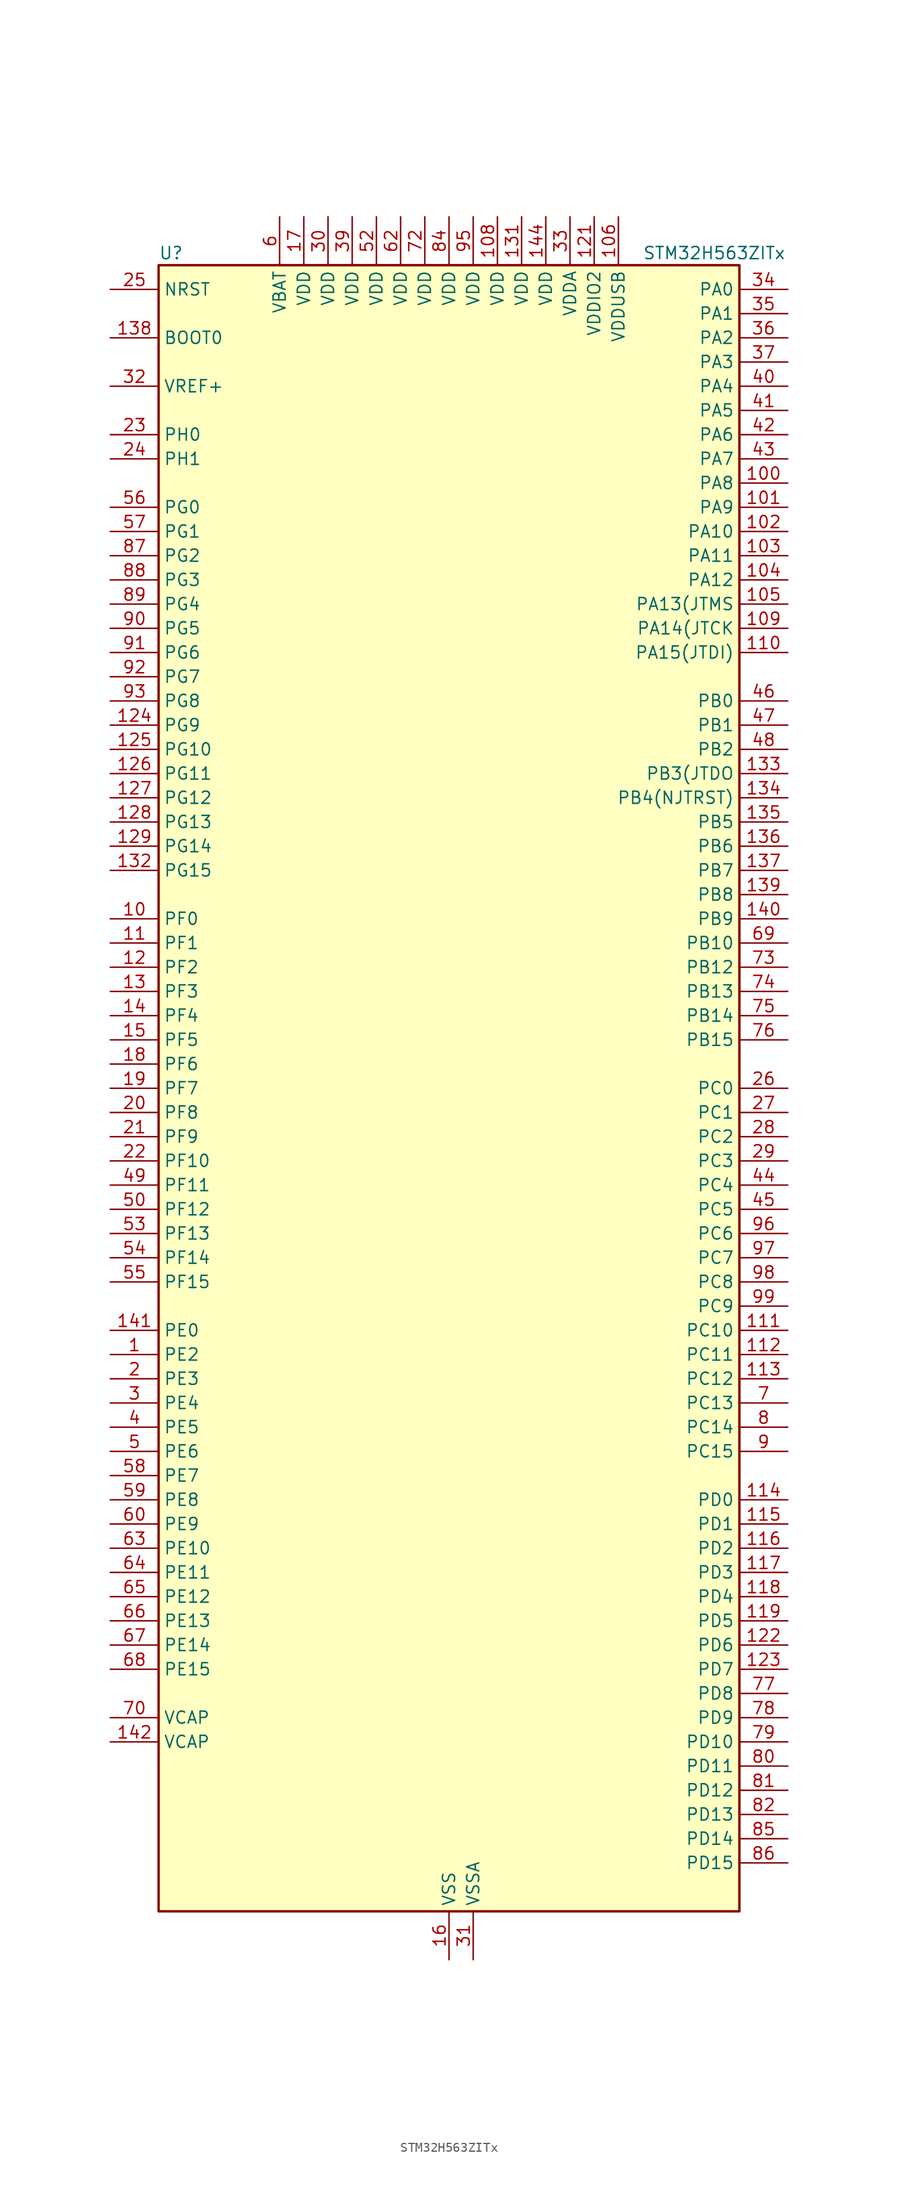
<source format=kicad_sym>
(kicad_symbol_lib
  (version 20231120)
  (generator "kicad-library-utils")
  (generator_version "8.0")
  (symbol "STM32H563ZITx"
    (property "Reference" "U"
      (at -30.48 87.63 0)
      (effects (font (size 1.27 1.27)) (justify left)))
    (property "Value" "STM32H563ZITx"
      (at 20.32 87.63 0)
      (effects (font (size 1.27 1.27)) (justify left)))
    (symbol "STM32H563ZITx_0_1"
      (rectangle (start -30.48 -86.36) (end 30.48 86.36) (stroke (width 0.254) (type default)) (fill (type background))))
    (symbol "STM32H563ZITx_1_1"
      (pin bidirectional line (at -35.56 -27.94 0) (length 5.08) (name "PE2" (effects (font (size 1.27 1.27)))) (number "1" (effects (font (size 1.27 1.27)))) (alternate "DCMI_D3" bidirectional line) (alternate "DEBUG_TRACECLK" bidirectional line) (alternate "ETH_TXD3" bidirectional line) (alternate "FMC_A23" bidirectional line) (alternate "LPTIM1_IN2" bidirectional line) (alternate "OCTOSPI1_IO2" bidirectional line) (alternate "PSSI_D3" bidirectional line) (alternate "SAI1_CK1" bidirectional line) (alternate "SAI1_MCLK_A" bidirectional line) (alternate "SPI4_SCK" bidirectional line) (alternate "UART8_TX" bidirectional line) (alternate "USART10_RX" bidirectional line))
      (pin bidirectional line (at -35.56 17.78 0) (length 5.08) (name "PF0" (effects (font (size 1.27 1.27)))) (number "10" (effects (font (size 1.27 1.27)))) (alternate "FMC_A0" bidirectional line) (alternate "I2C2_SDA" bidirectional line) (alternate "LPTIM5_CH1" bidirectional line))
      (pin bidirectional line (at 35.56 63.5 180) (length 5.08) (name "PA8" (effects (font (size 1.27 1.27)))) (number "100" (effects (font (size 1.27 1.27)))) (alternate "DCMI_D3" bidirectional line) (alternate "FMC_NOE" bidirectional line) (alternate "I2C3_SCL" bidirectional line) (alternate "PSSI_D3" bidirectional line) (alternate "RCC_MCO_1" bidirectional line) (alternate "SPI1_RDY" bidirectional line) (alternate "TIM1_CH1" bidirectional line) (alternate "TIM8_BKIN2" bidirectional line) (alternate "UART7_RX" bidirectional line) (alternate "USART1_CK" bidirectional line) (alternate "USB_SOF" bidirectional line))
      (pin bidirectional line (at 35.56 60.96 180) (length 5.08) (name "PA9" (effects (font (size 1.27 1.27)))) (number "101" (effects (font (size 1.27 1.27)))) (alternate "DAC1_EXTI9" bidirectional line) (alternate "DCMI_D0" bidirectional line) (alternate "ETH_TX_ER" bidirectional line) (alternate "FMC_NWE" bidirectional line) (alternate "I2C3_SMBA" bidirectional line) (alternate "I2S2_CK" bidirectional line) (alternate "LPUART1_TX" bidirectional line) (alternate "PSSI_D0" bidirectional line) (alternate "SPI2_SCK" bidirectional line) (alternate "TIM1_CH2" bidirectional line) (alternate "UCPD1_DB1" bidirectional line) (alternate "USART1_TX" bidirectional line))
      (pin bidirectional line (at 35.56 58.42 180) (length 5.08) (name "PA10" (effects (font (size 1.27 1.27)))) (number "102" (effects (font (size 1.27 1.27)))) (alternate "DCMI_D1" bidirectional line) (alternate "FDCAN2_TX" bidirectional line) (alternate "LPTIM2_IN2" bidirectional line) (alternate "LPUART1_RX" bidirectional line) (alternate "PSSI_D1" bidirectional line) (alternate "SDMMC1_D0" bidirectional line) (alternate "TIM1_CH3" bidirectional line) (alternate "UCPD1_FRSTX" bidirectional line) (alternate "USART1_RX" bidirectional line))
      (pin bidirectional line (at 35.56 55.88 180) (length 5.08) (name "PA11" (effects (font (size 1.27 1.27)))) (number "103" (effects (font (size 1.27 1.27)))) (alternate "ADC1_EXTI11" bidirectional line) (alternate "ADC2_EXTI11" bidirectional line) (alternate "FDCAN1_RX" bidirectional line) (alternate "I2S2_WS" bidirectional line) (alternate "LPUART1_CTS" bidirectional line) (alternate "SPI2_NSS" bidirectional line) (alternate "TIM1_CH4" bidirectional line) (alternate "UART4_RX" bidirectional line) (alternate "USART1_CTS" bidirectional line) (alternate "USART1_NSS" bidirectional line) (alternate "USB_DM" bidirectional line))
      (pin bidirectional line (at 35.56 53.34 180) (length 5.08) (name "PA12" (effects (font (size 1.27 1.27)))) (number "104" (effects (font (size 1.27 1.27)))) (alternate "FDCAN1_TX" bidirectional line) (alternate "I2S2_CK" bidirectional line) (alternate "LPUART1_RTS" bidirectional line) (alternate "SAI2_FS_B" bidirectional line) (alternate "SPI2_SCK" bidirectional line) (alternate "TIM1_ETR" bidirectional line) (alternate "UART4_TX" bidirectional line) (alternate "USART1_RTS" bidirectional line) (alternate "USB_DP" bidirectional line))
      (pin bidirectional line (at 35.56 50.8 180) (length 5.08) (name "PA13(JTMS" (effects (font (size 1.27 1.27)))) (number "105" (effects (font (size 1.27 1.27)))) (alternate "DEBUG_JTMS-SWDIO" bidirectional line))
      (pin power_in line (at 17.78 91.44 270) (length 5.08) (name "VDDUSB" (effects (font (size 1.27 1.27)))) (number "106" (effects (font (size 1.27 1.27)))))
      (pin passive line (at 0 -91.44 90) (length 5.08) hide (name "VSS" (effects (font (size 1.27 1.27)))) (number "107" (effects (font (size 1.27 1.27)))))
      (pin power_in line (at 5.08 91.44 270) (length 5.08) (name "VDD" (effects (font (size 1.27 1.27)))) (number "108" (effects (font (size 1.27 1.27)))))
      (pin bidirectional line (at 35.56 48.26 180) (length 5.08) (name "PA14(JTCK" (effects (font (size 1.27 1.27)))) (number "109" (effects (font (size 1.27 1.27)))) (alternate "DEBUG_JTCK-SWCLK" bidirectional line))
      (pin bidirectional line (at -35.56 15.24 0) (length 5.08) (name "PF1" (effects (font (size 1.27 1.27)))) (number "11" (effects (font (size 1.27 1.27)))) (alternate "FMC_A1" bidirectional line) (alternate "I2C2_SCL" bidirectional line) (alternate "LPTIM5_CH2" bidirectional line))
      (pin bidirectional line (at 35.56 45.72 180) (length 5.08) (name "PA15(JTDI)" (effects (font (size 1.27 1.27)))) (number "110" (effects (font (size 1.27 1.27)))) (alternate "ADC1_EXTI15" bidirectional line) (alternate "ADC2_EXTI15" bidirectional line) (alternate "CEC" bidirectional line) (alternate "DCMI_D11" bidirectional line) (alternate "DEBUG_JTDI" bidirectional line) (alternate "FMC_NBL1" bidirectional line) (alternate "I2S1_WS" bidirectional line) (alternate "I2S3_WS" bidirectional line) (alternate "LPTIM3_IN2" bidirectional line) (alternate "PSSI_D11" bidirectional line) (alternate "SPI1_NSS" bidirectional line) (alternate "SPI3_NSS" bidirectional line) (alternate "SPI6_NSS" bidirectional line) (alternate "TIM2_CH1" bidirectional line) (alternate "TIM2_ETR" bidirectional line) (alternate "UART4_DE" bidirectional line) (alternate "UART4_RTS" bidirectional line) (alternate "UART7_TX" bidirectional line))
      (pin bidirectional line (at 35.56 -25.4 180) (length 5.08) (name "PC10" (effects (font (size 1.27 1.27)))) (number "111" (effects (font (size 1.27 1.27)))) (alternate "DCMI_D8" bidirectional line) (alternate "ETH_TXD0" bidirectional line) (alternate "I2S3_CK" bidirectional line) (alternate "LPTIM3_ETR" bidirectional line) (alternate "OCTOSPI1_IO1" bidirectional line) (alternate "PSSI_D8" bidirectional line) (alternate "SDMMC1_D2" bidirectional line) (alternate "SPI3_SCK" bidirectional line) (alternate "UART4_TX" bidirectional line) (alternate "USART3_TX" bidirectional line))
      (pin bidirectional line (at 35.56 -27.94 180) (length 5.08) (name "PC11" (effects (font (size 1.27 1.27)))) (number "112" (effects (font (size 1.27 1.27)))) (alternate "ADC1_EXTI11" bidirectional line) (alternate "ADC2_EXTI11" bidirectional line) (alternate "DCMI_D4" bidirectional line) (alternate "I2S3_SDI" bidirectional line) (alternate "LPTIM3_IN1" bidirectional line) (alternate "OCTOSPI1_NCS" bidirectional line) (alternate "PSSI_D4" bidirectional line) (alternate "SDMMC1_D3" bidirectional line) (alternate "SPI3_MISO" bidirectional line) (alternate "UART4_RX" bidirectional line) (alternate "USART3_RX" bidirectional line))
      (pin bidirectional line (at 35.56 -30.48 180) (length 5.08) (name "PC12" (effects (font (size 1.27 1.27)))) (number "113" (effects (font (size 1.27 1.27)))) (alternate "DCMI_D9" bidirectional line) (alternate "DEBUG_TRACED3" bidirectional line) (alternate "I2S3_SDO" bidirectional line) (alternate "PSSI_D9" bidirectional line) (alternate "SDMMC1_CK" bidirectional line) (alternate "SPI3_MOSI" bidirectional line) (alternate "SPI6_SCK" bidirectional line) (alternate "TIM15_CH1" bidirectional line) (alternate "UART5_TX" bidirectional line) (alternate "USART3_CK" bidirectional line))
      (pin bidirectional line (at 35.56 -43.18 180) (length 5.08) (name "PD0" (effects (font (size 1.27 1.27)))) (number "114" (effects (font (size 1.27 1.27)))) (alternate "FDCAN1_RX" bidirectional line) (alternate "FMC_D2" bidirectional line) (alternate "FMC_DA2" bidirectional line) (alternate "TIM8_CH4N" bidirectional line) (alternate "UART4_RX" bidirectional line) (alternate "UART9_CTS" bidirectional line))
      (pin bidirectional line (at 35.56 -45.72 180) (length 5.08) (name "PD1" (effects (font (size 1.27 1.27)))) (number "115" (effects (font (size 1.27 1.27)))) (alternate "FDCAN1_TX" bidirectional line) (alternate "FMC_D3" bidirectional line) (alternate "FMC_DA3" bidirectional line) (alternate "UART4_TX" bidirectional line))
      (pin bidirectional line (at 35.56 -48.26 180) (length 5.08) (name "PD2" (effects (font (size 1.27 1.27)))) (number "116" (effects (font (size 1.27 1.27)))) (alternate "DCMI_D11" bidirectional line) (alternate "DEBUG_TRACED2" bidirectional line) (alternate "LPTIM4_ETR" bidirectional line) (alternate "PSSI_D11" bidirectional line) (alternate "PWR_WKUP7" bidirectional line) (alternate "SDMMC1_CMD" bidirectional line) (alternate "TIM15_BKIN" bidirectional line) (alternate "TIM3_ETR" bidirectional line) (alternate "UART5_RX" bidirectional line))
      (pin bidirectional line (at 35.56 -50.8 180) (length 5.08) (name "PD3" (effects (font (size 1.27 1.27)))) (number "117" (effects (font (size 1.27 1.27)))) (alternate "DCMI_D5" bidirectional line) (alternate "FMC_CLK" bidirectional line) (alternate "I2S2_CK" bidirectional line) (alternate "PSSI_D5" bidirectional line) (alternate "PWR_WKUP8" bidirectional line) (alternate "SPI2_SCK" bidirectional line) (alternate "USART2_CTS" bidirectional line) (alternate "USART2_NSS" bidirectional line))
      (pin bidirectional line (at 35.56 -53.34 180) (length 5.08) (name "PD4" (effects (font (size 1.27 1.27)))) (number "118" (effects (font (size 1.27 1.27)))) (alternate "FMC_NOE" bidirectional line) (alternate "OCTOSPI1_IO4" bidirectional line) (alternate "USART2_RTS" bidirectional line))
      (pin bidirectional line (at 35.56 -55.88 180) (length 5.08) (name "PD5" (effects (font (size 1.27 1.27)))) (number "119" (effects (font (size 1.27 1.27)))) (alternate "FDCAN1_TX" bidirectional line) (alternate "FMC_NWE" bidirectional line) (alternate "OCTOSPI1_IO5" bidirectional line) (alternate "SPI2_RDY" bidirectional line) (alternate "TIM1_CH4N" bidirectional line) (alternate "USART2_TX" bidirectional line))
      (pin bidirectional line (at -35.56 12.7 0) (length 5.08) (name "PF2" (effects (font (size 1.27 1.27)))) (number "12" (effects (font (size 1.27 1.27)))) (alternate "FMC_A2" bidirectional line) (alternate "I2C2_SMBA" bidirectional line) (alternate "LPTIM3_CH2" bidirectional line) (alternate "LPTIM3_IN2" bidirectional line) (alternate "LPTIM5_IN1" bidirectional line) (alternate "UART12_TX" bidirectional line) (alternate "USART11_CK" bidirectional line))
      (pin passive line (at 0 -91.44 90) (length 5.08) hide (name "VSS" (effects (font (size 1.27 1.27)))) (number "120" (effects (font (size 1.27 1.27)))))
      (pin power_in line (at 15.24 91.44 270) (length 5.08) (name "VDDIO2" (effects (font (size 1.27 1.27)))) (number "121" (effects (font (size 1.27 1.27)))))
      (pin bidirectional line (at 35.56 -58.42 180) (length 5.08) (name "PD6" (effects (font (size 1.27 1.27)))) (number "122" (effects (font (size 1.27 1.27)))) (alternate "DCMI_D10" bidirectional line) (alternate "FMC_NWAIT" bidirectional line) (alternate "I2S3_SDO" bidirectional line) (alternate "OCTOSPI1_IO6" bidirectional line) (alternate "PSSI_D10" bidirectional line) (alternate "SAI1_D1" bidirectional line) (alternate "SAI1_SD_A" bidirectional line) (alternate "SDMMC2_CK" bidirectional line) (alternate "SPI3_MOSI" bidirectional line) (alternate "USART2_RX" bidirectional line))
      (pin bidirectional line (at 35.56 -60.96 180) (length 5.08) (name "PD7" (effects (font (size 1.27 1.27)))) (number "123" (effects (font (size 1.27 1.27)))) (alternate "FMC_NCE" bidirectional line) (alternate "FMC_NE1" bidirectional line) (alternate "I2S1_SDO" bidirectional line) (alternate "LPTIM4_OUT" bidirectional line) (alternate "OCTOSPI1_IO7" bidirectional line) (alternate "SDMMC2_CMD" bidirectional line) (alternate "SPI1_MOSI" bidirectional line) (alternate "USART2_CK" bidirectional line))
      (pin bidirectional line (at -35.56 38.1 0) (length 5.08) (name "PG9" (effects (font (size 1.27 1.27)))) (number "124" (effects (font (size 1.27 1.27)))) (alternate "DAC1_EXTI9" bidirectional line) (alternate "DCMI_VSYNC" bidirectional line) (alternate "FMC_NCE" bidirectional line) (alternate "FMC_NE2" bidirectional line) (alternate "I2S1_SDI" bidirectional line) (alternate "OCTOSPI1_IO6" bidirectional line) (alternate "PSSI_RDY" bidirectional line) (alternate "SAI2_FS_B" bidirectional line) (alternate "SDMMC2_D0" bidirectional line) (alternate "SPI1_MISO" bidirectional line) (alternate "USART6_RX" bidirectional line))
      (pin bidirectional line (at -35.56 35.56 0) (length 5.08) (name "PG10" (effects (font (size 1.27 1.27)))) (number "125" (effects (font (size 1.27 1.27)))) (alternate "DCMI_D2" bidirectional line) (alternate "FMC_NE3" bidirectional line) (alternate "I2S1_WS" bidirectional line) (alternate "PSSI_D2" bidirectional line) (alternate "SAI2_SD_B" bidirectional line) (alternate "SDMMC2_D1" bidirectional line) (alternate "SPI1_NSS" bidirectional line))
      (pin bidirectional line (at -35.56 33.02 0) (length 5.08) (name "PG11" (effects (font (size 1.27 1.27)))) (number "126" (effects (font (size 1.27 1.27)))) (alternate "ADC1_EXTI11" bidirectional line) (alternate "ADC2_EXTI11" bidirectional line) (alternate "DCMI_D3" bidirectional line) (alternate "ETH_TX_EN" bidirectional line) (alternate "I2S1_CK" bidirectional line) (alternate "LPTIM1_IN2" bidirectional line) (alternate "PSSI_D3" bidirectional line) (alternate "SDMMC2_D2" bidirectional line) (alternate "SPI1_SCK" bidirectional line) (alternate "USART10_RX" bidirectional line) (alternate "USART11_RTS" bidirectional line))
      (pin bidirectional line (at -35.56 30.48 0) (length 5.08) (name "PG12" (effects (font (size 1.27 1.27)))) (number "127" (effects (font (size 1.27 1.27)))) (alternate "DCMI_D11" bidirectional line) (alternate "ETH_TXD1" bidirectional line) (alternate "FMC_NE4" bidirectional line) (alternate "LPTIM1_IN1" bidirectional line) (alternate "LPTIM5_CH1" bidirectional line) (alternate "PSSI_D11" bidirectional line) (alternate "PSSI_D15" bidirectional line) (alternate "SDMMC2_D3" bidirectional line) (alternate "SPI6_MISO" bidirectional line) (alternate "USART10_TX" bidirectional line) (alternate "USART6_RTS" bidirectional line))
      (pin bidirectional line (at -35.56 27.94 0) (length 5.08) (name "PG13" (effects (font (size 1.27 1.27)))) (number "128" (effects (font (size 1.27 1.27)))) (alternate "DEBUG_TRACED0" bidirectional line) (alternate "ETH_TXD0" bidirectional line) (alternate "FMC_A24" bidirectional line) (alternate "LPTIM1_CH1" bidirectional line) (alternate "LPTIM5_CH2" bidirectional line) (alternate "SDMMC2_D6" bidirectional line) (alternate "SPI6_SCK" bidirectional line) (alternate "USART10_CTS" bidirectional line) (alternate "USART10_NSS" bidirectional line) (alternate "USART6_CTS" bidirectional line) (alternate "USART6_NSS" bidirectional line))
      (pin bidirectional line (at -35.56 25.4 0) (length 5.08) (name "PG14" (effects (font (size 1.27 1.27)))) (number "129" (effects (font (size 1.27 1.27)))) (alternate "DEBUG_TRACED1" bidirectional line) (alternate "ETH_TXD1" bidirectional line) (alternate "FMC_A25" bidirectional line) (alternate "LPTIM1_CH2" bidirectional line) (alternate "LPTIM1_ETR" bidirectional line) (alternate "LPTIM5_IN1" bidirectional line) (alternate "OCTOSPI1_IO7" bidirectional line) (alternate "SDMMC2_D7" bidirectional line) (alternate "SPI6_MOSI" bidirectional line) (alternate "USART10_RTS" bidirectional line) (alternate "USART6_TX" bidirectional line))
      (pin bidirectional line (at -35.56 10.16 0) (length 5.08) (name "PF3" (effects (font (size 1.27 1.27)))) (number "13" (effects (font (size 1.27 1.27)))) (alternate "FMC_A3" bidirectional line) (alternate "LPTIM3_IN1" bidirectional line) (alternate "LPTIM5_IN2" bidirectional line) (alternate "USART11_TX" bidirectional line))
      (pin passive line (at 0 -91.44 90) (length 5.08) hide (name "VSS" (effects (font (size 1.27 1.27)))) (number "130" (effects (font (size 1.27 1.27)))))
      (pin power_in line (at 7.62 91.44 270) (length 5.08) (name "VDD" (effects (font (size 1.27 1.27)))) (number "131" (effects (font (size 1.27 1.27)))))
      (pin bidirectional line (at -35.56 22.86 0) (length 5.08) (name "PG15" (effects (font (size 1.27 1.27)))) (number "132" (effects (font (size 1.27 1.27)))) (alternate "ADC1_EXTI15" bidirectional line) (alternate "ADC2_EXTI15" bidirectional line) (alternate "DCMI_D13" bidirectional line) (alternate "FMC_SDNCAS" bidirectional line) (alternate "PSSI_D13" bidirectional line) (alternate "SPI4_RDY" bidirectional line) (alternate "USART10_CK" bidirectional line) (alternate "USART6_CTS" bidirectional line) (alternate "USART6_NSS" bidirectional line))
      (pin bidirectional line (at 35.56 33.02 180) (length 5.08) (name "PB3(JTDO" (effects (font (size 1.27 1.27)))) (number "133" (effects (font (size 1.27 1.27)))) (alternate "CRS_SYNC" bidirectional line) (alternate "DEBUG_JTDO-SWO" bidirectional line) (alternate "I2C2_SDA" bidirectional line) (alternate "I2S1_CK" bidirectional line) (alternate "I2S3_CK" bidirectional line) (alternate "LPTIM6_ETR" bidirectional line) (alternate "SDMMC2_D2" bidirectional line) (alternate "SPI1_SCK" bidirectional line) (alternate "SPI3_SCK" bidirectional line) (alternate "SPI6_SCK" bidirectional line) (alternate "TIM2_CH2" bidirectional line) (alternate "UART12_CTS" bidirectional line) (alternate "UART7_RX" bidirectional line))
      (pin bidirectional line (at 35.56 30.48 180) (length 5.08) (name "PB4(NJTRST)" (effects (font (size 1.27 1.27)))) (number "134" (effects (font (size 1.27 1.27)))) (alternate "DCMI_D7" bidirectional line) (alternate "DEBUG_JTRST" bidirectional line) (alternate "I2S1_SDI" bidirectional line) (alternate "I2S2_WS" bidirectional line) (alternate "I2S3_SDI" bidirectional line) (alternate "LPTIM1_CH2" bidirectional line) (alternate "OCTOSPI1_CLK" bidirectional line) (alternate "PSSI_D7" bidirectional line) (alternate "SDMMC2_D3" bidirectional line) (alternate "SPI1_MISO" bidirectional line) (alternate "SPI2_NSS" bidirectional line) (alternate "SPI3_MISO" bidirectional line) (alternate "SPI6_MISO" bidirectional line) (alternate "TIM16_BKIN" bidirectional line) (alternate "TIM3_CH1" bidirectional line) (alternate "UART7_TX" bidirectional line))
      (pin bidirectional line (at 35.56 27.94 180) (length 5.08) (name "PB5" (effects (font (size 1.27 1.27)))) (number "135" (effects (font (size 1.27 1.27)))) (alternate "DCMI_D10" bidirectional line) (alternate "ETH_PPS_OUT" bidirectional line) (alternate "FDCAN2_RX" bidirectional line) (alternate "FMC_SDCKE1" bidirectional line) (alternate "I2C1_SMBA" bidirectional line) (alternate "I2C4_SMBA" bidirectional line) (alternate "I2S1_SDO" bidirectional line) (alternate "I2S3_SDO" bidirectional line) (alternate "OCTOSPI1_NCLK" bidirectional line) (alternate "PSSI_D10" bidirectional line) (alternate "SPI1_MOSI" bidirectional line) (alternate "SPI3_MOSI" bidirectional line) (alternate "SPI6_MOSI" bidirectional line) (alternate "TIM17_BKIN" bidirectional line) (alternate "TIM3_CH2" bidirectional line) (alternate "UART5_RX" bidirectional line))
      (pin bidirectional line (at 35.56 25.4 180) (length 5.08) (name "PB6" (effects (font (size 1.27 1.27)))) (number "136" (effects (font (size 1.27 1.27)))) (alternate "CEC" bidirectional line) (alternate "DCMI_D5" bidirectional line) (alternate "FDCAN2_TX" bidirectional line) (alternate "FMC_SDNE1" bidirectional line) (alternate "I2C1_SCL" bidirectional line) (alternate "I2C4_SCL" bidirectional line) (alternate "I3C1_SCL" bidirectional line) (alternate "LPUART1_TX" bidirectional line) (alternate "OCTOSPI1_NCS" bidirectional line) (alternate "PSSI_D5" bidirectional line) (alternate "TIM16_CH1N" bidirectional line) (alternate "TIM4_CH1" bidirectional line) (alternate "UART5_TX" bidirectional line) (alternate "USART1_TX" bidirectional line))
      (pin bidirectional line (at 35.56 22.86 180) (length 5.08) (name "PB7" (effects (font (size 1.27 1.27)))) (number "137" (effects (font (size 1.27 1.27)))) (alternate "DCMI_VSYNC" bidirectional line) (alternate "FDCAN1_TX" bidirectional line) (alternate "FMC_NL" bidirectional line) (alternate "I2C1_SDA" bidirectional line) (alternate "I2C4_SDA" bidirectional line) (alternate "I3C1_SDA" bidirectional line) (alternate "LPUART1_RX" bidirectional line) (alternate "PSSI_RDY" bidirectional line) (alternate "PWR_WKUP5" bidirectional line) (alternate "SDMMC2_CKIN" bidirectional line) (alternate "SDMMC2_D5" bidirectional line) (alternate "TIM17_CH1N" bidirectional line) (alternate "TIM4_CH2" bidirectional line) (alternate "USART1_RX" bidirectional line))
      (pin input line (at -35.56 78.74 0) (length 5.08) (name "BOOT0" (effects (font (size 1.27 1.27)))) (number "138" (effects (font (size 1.27 1.27)))))
      (pin bidirectional line (at 35.56 20.32 180) (length 5.08) (name "PB8" (effects (font (size 1.27 1.27)))) (number "139" (effects (font (size 1.27 1.27)))) (alternate "DCMI_D6" bidirectional line) (alternate "ETH_TXD3" bidirectional line) (alternate "FDCAN1_RX" bidirectional line) (alternate "I2C1_SCL" bidirectional line) (alternate "I2C4_SCL" bidirectional line) (alternate "I3C1_SCL" bidirectional line) (alternate "PSSI_D6" bidirectional line) (alternate "SDMMC1_CKIN" bidirectional line) (alternate "SDMMC1_D4" bidirectional line) (alternate "SDMMC2_D4" bidirectional line) (alternate "SPI4_RDY" bidirectional line) (alternate "TIM16_CH1" bidirectional line) (alternate "TIM4_CH3" bidirectional line) (alternate "UART4_RX" bidirectional line))
      (pin bidirectional line (at -35.56 7.62 0) (length 5.08) (name "PF4" (effects (font (size 1.27 1.27)))) (number "14" (effects (font (size 1.27 1.27)))) (alternate "FMC_A4" bidirectional line) (alternate "LPTIM3_ETR" bidirectional line) (alternate "USART11_RX" bidirectional line))
      (pin bidirectional line (at 35.56 17.78 180) (length 5.08) (name "PB9" (effects (font (size 1.27 1.27)))) (number "140" (effects (font (size 1.27 1.27)))) (alternate "DAC1_EXTI9" bidirectional line) (alternate "DCMI_D7" bidirectional line) (alternate "FDCAN1_TX" bidirectional line) (alternate "I2C1_SDA" bidirectional line) (alternate "I2C4_SDA" bidirectional line) (alternate "I2S2_WS" bidirectional line) (alternate "I3C1_SDA" bidirectional line) (alternate "PSSI_D7" bidirectional line) (alternate "SDMMC1_CDIR" bidirectional line) (alternate "SDMMC1_D5" bidirectional line) (alternate "SDMMC2_CKIN" bidirectional line) (alternate "SDMMC2_D5" bidirectional line) (alternate "SPI2_NSS" bidirectional line) (alternate "TIM17_CH1" bidirectional line) (alternate "TIM4_CH4" bidirectional line) (alternate "UART4_TX" bidirectional line))
      (pin bidirectional line (at -35.56 -25.4 0) (length 5.08) (name "PE0" (effects (font (size 1.27 1.27)))) (number "141" (effects (font (size 1.27 1.27)))) (alternate "DCMI_D2" bidirectional line) (alternate "FDCAN1_RX" bidirectional line) (alternate "FMC_NBL0" bidirectional line) (alternate "LPTIM1_ETR" bidirectional line) (alternate "LPTIM2_CH2" bidirectional line) (alternate "LPTIM2_ETR" bidirectional line) (alternate "PSSI_D2" bidirectional line) (alternate "SAI2_MCLK_A" bidirectional line) (alternate "SPI3_RDY" bidirectional line) (alternate "TIM4_ETR" bidirectional line) (alternate "UART8_RX" bidirectional line))
      (pin power_out line (at -35.56 -68.58 0) (length 5.08) (name "VCAP" (effects (font (size 1.27 1.27)))) (number "142" (effects (font (size 1.27 1.27)))))
      (pin passive line (at 0 -91.44 90) (length 5.08) hide (name "VSS" (effects (font (size 1.27 1.27)))) (number "143" (effects (font (size 1.27 1.27)))))
      (pin power_in line (at 10.16 91.44 270) (length 5.08) (name "VDD" (effects (font (size 1.27 1.27)))) (number "144" (effects (font (size 1.27 1.27)))))
      (pin bidirectional line (at -35.56 5.08 0) (length 5.08) (name "PF5" (effects (font (size 1.27 1.27)))) (number "15" (effects (font (size 1.27 1.27)))) (alternate "FMC_A5" bidirectional line) (alternate "I2C4_SCL" bidirectional line) (alternate "I3C1_SCL" bidirectional line) (alternate "LPTIM3_CH1" bidirectional line) (alternate "LPTIM3_IN1" bidirectional line) (alternate "UART12_RX" bidirectional line) (alternate "USART11_CTS" bidirectional line) (alternate "USART11_NSS" bidirectional line))
      (pin power_in line (at 0 -91.44 90) (length 5.08) (name "VSS" (effects (font (size 1.27 1.27)))) (number "16" (effects (font (size 1.27 1.27)))))
      (pin power_in line (at -15.24 91.44 270) (length 5.08) (name "VDD" (effects (font (size 1.27 1.27)))) (number "17" (effects (font (size 1.27 1.27)))))
      (pin bidirectional line (at -35.56 2.54 0) (length 5.08) (name "PF6" (effects (font (size 1.27 1.27)))) (number "18" (effects (font (size 1.27 1.27)))) (alternate "LPTIM5_CH1" bidirectional line) (alternate "OCTOSPI1_IO3" bidirectional line) (alternate "SAI1_SD_B" bidirectional line) (alternate "SPI5_NSS" bidirectional line) (alternate "TIM16_CH1" bidirectional line) (alternate "UART7_RX" bidirectional line))
      (pin bidirectional line (at -35.56 0 0) (length 5.08) (name "PF7" (effects (font (size 1.27 1.27)))) (number "19" (effects (font (size 1.27 1.27)))) (alternate "LPTIM5_CH2" bidirectional line) (alternate "OCTOSPI1_IO2" bidirectional line) (alternate "SAI1_MCLK_B" bidirectional line) (alternate "SPI5_SCK" bidirectional line) (alternate "TIM17_CH1" bidirectional line) (alternate "UART7_TX" bidirectional line))
      (pin bidirectional line (at -35.56 -30.48 0) (length 5.08) (name "PE3" (effects (font (size 1.27 1.27)))) (number "2" (effects (font (size 1.27 1.27)))) (alternate "DEBUG_TRACED0" bidirectional line) (alternate "FMC_A19" bidirectional line) (alternate "SAI1_SD_B" bidirectional line) (alternate "TAMP_IN6" bidirectional line) (alternate "TAMP_OUT3" bidirectional line) (alternate "TIM15_BKIN" bidirectional line) (alternate "USART10_TX" bidirectional line))
      (pin bidirectional line (at -35.56 -2.54 0) (length 5.08) (name "PF8" (effects (font (size 1.27 1.27)))) (number "20" (effects (font (size 1.27 1.27)))) (alternate "LPTIM5_IN1" bidirectional line) (alternate "OCTOSPI1_IO0" bidirectional line) (alternate "SAI1_SCK_B" bidirectional line) (alternate "SPI5_MISO" bidirectional line) (alternate "TIM13_CH1" bidirectional line) (alternate "TIM16_CH1N" bidirectional line) (alternate "UART7_RTS" bidirectional line))
      (pin bidirectional line (at -35.56 -5.08 0) (length 5.08) (name "PF9" (effects (font (size 1.27 1.27)))) (number "21" (effects (font (size 1.27 1.27)))) (alternate "DAC1_EXTI9" bidirectional line) (alternate "LPTIM5_IN2" bidirectional line) (alternate "OCTOSPI1_IO1" bidirectional line) (alternate "SAI1_FS_B" bidirectional line) (alternate "SPI5_MOSI" bidirectional line) (alternate "TIM14_CH1" bidirectional line) (alternate "TIM17_CH1N" bidirectional line) (alternate "UART7_CTS" bidirectional line))
      (pin bidirectional line (at -35.56 -7.62 0) (length 5.08) (name "PF10" (effects (font (size 1.27 1.27)))) (number "22" (effects (font (size 1.27 1.27)))) (alternate "DCMI_D11" bidirectional line) (alternate "OCTOSPI1_CLK" bidirectional line) (alternate "PSSI_D11" bidirectional line) (alternate "PSSI_D15" bidirectional line) (alternate "SAI1_D3" bidirectional line) (alternate "TIM16_BKIN" bidirectional line))
      (pin bidirectional line (at -35.56 68.58 0) (length 5.08) (name "PH0" (effects (font (size 1.27 1.27)))) (number "23" (effects (font (size 1.27 1.27)))) (alternate "RCC_OSC_IN" bidirectional line))
      (pin bidirectional line (at -35.56 66.04 0) (length 5.08) (name "PH1" (effects (font (size 1.27 1.27)))) (number "24" (effects (font (size 1.27 1.27)))) (alternate "RCC_OSC_OUT" bidirectional line))
      (pin input line (at -35.56 83.82 0) (length 5.08) (name "NRST" (effects (font (size 1.27 1.27)))) (number "25" (effects (font (size 1.27 1.27)))))
      (pin bidirectional line (at 35.56 0 180) (length 5.08) (name "PC0" (effects (font (size 1.27 1.27)))) (number "26" (effects (font (size 1.27 1.27)))) (alternate "ADC1_INP10" bidirectional line) (alternate "ADC2_INP10" bidirectional line) (alternate "FMC_A25" bidirectional line) (alternate "FMC_SDNWE" bidirectional line) (alternate "OCTOSPI1_IO7" bidirectional line) (alternate "SAI1_MCLK_A" bidirectional line) (alternate "SAI2_FS_B" bidirectional line) (alternate "SPI2_RDY" bidirectional line) (alternate "TIM16_BKIN" bidirectional line))
      (pin bidirectional line (at 35.56 -2.54 180) (length 5.08) (name "PC1" (effects (font (size 1.27 1.27)))) (number "27" (effects (font (size 1.27 1.27)))) (alternate "ADC1_INN10" bidirectional line) (alternate "ADC1_INP11" bidirectional line) (alternate "ADC2_INN10" bidirectional line) (alternate "ADC2_INP11" bidirectional line) (alternate "DEBUG_TRACED0" bidirectional line) (alternate "ETH_MDC" bidirectional line) (alternate "I2S2_SDO" bidirectional line) (alternate "OCTOSPI1_IO4" bidirectional line) (alternate "PWR_WKUP6" bidirectional line) (alternate "SAI1_D1" bidirectional line) (alternate "SAI1_SD_A" bidirectional line) (alternate "SAI2_SD_A" bidirectional line) (alternate "SDMMC2_CK" bidirectional line) (alternate "SPI2_MOSI" bidirectional line) (alternate "TAMP_IN3" bidirectional line) (alternate "TAMP_OUT5" bidirectional line) (alternate "USART11_RTS" bidirectional line))
      (pin bidirectional line (at 35.56 -5.08 180) (length 5.08) (name "PC2" (effects (font (size 1.27 1.27)))) (number "28" (effects (font (size 1.27 1.27)))) (alternate "ADC1_INN11" bidirectional line) (alternate "ADC1_INP12" bidirectional line) (alternate "ADC2_INN11" bidirectional line) (alternate "ADC2_INP12" bidirectional line) (alternate "ETH_TXD2" bidirectional line) (alternate "FMC_SDNE0" bidirectional line) (alternate "I2S2_SDI" bidirectional line) (alternate "OCTOSPI1_IO2" bidirectional line) (alternate "OCTOSPI1_IO5" bidirectional line) (alternate "PWR_CSLEEP" bidirectional line) (alternate "SPI2_MISO" bidirectional line) (alternate "TIM17_CH1" bidirectional line) (alternate "TIM4_CH4" bidirectional line))
      (pin bidirectional line (at 35.56 -7.62 180) (length 5.08) (name "PC3" (effects (font (size 1.27 1.27)))) (number "29" (effects (font (size 1.27 1.27)))) (alternate "ADC1_INN12" bidirectional line) (alternate "ADC1_INP13" bidirectional line) (alternate "ADC2_INN12" bidirectional line) (alternate "ADC2_INP13" bidirectional line) (alternate "ETH_TX_CLK" bidirectional line) (alternate "FMC_SDCKE0" bidirectional line) (alternate "I2S2_SDO" bidirectional line) (alternate "LPTIM3_CH1" bidirectional line) (alternate "OCTOSPI1_IO0" bidirectional line) (alternate "OCTOSPI1_IO6" bidirectional line) (alternate "PWR_CSTOP" bidirectional line) (alternate "SAI1_D3" bidirectional line) (alternate "SPI2_MOSI" bidirectional line))
      (pin bidirectional line (at -35.56 -33.02 0) (length 5.08) (name "PE4" (effects (font (size 1.27 1.27)))) (number "3" (effects (font (size 1.27 1.27)))) (alternate "DCMI_D4" bidirectional line) (alternate "DEBUG_TRACED1" bidirectional line) (alternate "FMC_A20" bidirectional line) (alternate "PSSI_D4" bidirectional line) (alternate "SAI1_D2" bidirectional line) (alternate "SAI1_FS_A" bidirectional line) (alternate "SPI4_NSS" bidirectional line) (alternate "TAMP_IN7" bidirectional line) (alternate "TAMP_OUT8" bidirectional line) (alternate "TIM15_CH1N" bidirectional line))
      (pin power_in line (at -12.7 91.44 270) (length 5.08) (name "VDD" (effects (font (size 1.27 1.27)))) (number "30" (effects (font (size 1.27 1.27)))))
      (pin power_in line (at 2.54 -91.44 90) (length 5.08) (name "VSSA" (effects (font (size 1.27 1.27)))) (number "31" (effects (font (size 1.27 1.27)))))
      (pin input line (at -35.56 73.66 0) (length 5.08) (name "VREF+" (effects (font (size 1.27 1.27)))) (number "32" (effects (font (size 1.27 1.27)))))
      (pin power_in line (at 12.7 91.44 270) (length 5.08) (name "VDDA" (effects (font (size 1.27 1.27)))) (number "33" (effects (font (size 1.27 1.27)))))
      (pin bidirectional line (at 35.56 83.82 180) (length 5.08) (name "PA0" (effects (font (size 1.27 1.27)))) (number "34" (effects (font (size 1.27 1.27)))) (alternate "ADC1_INN1" bidirectional line) (alternate "ADC1_INP0" bidirectional line) (alternate "ADC2_INN1" bidirectional line) (alternate "ADC2_INP0" bidirectional line) (alternate "ETH_CRS" bidirectional line) (alternate "PWR_WKUP1" bidirectional line) (alternate "SAI2_SD_B" bidirectional line) (alternate "SDMMC2_CMD" bidirectional line) (alternate "SPI3_RDY" bidirectional line) (alternate "SPI6_NSS" bidirectional line) (alternate "TAMP_IN2" bidirectional line) (alternate "TAMP_OUT1" bidirectional line) (alternate "TIM15_BKIN" bidirectional line) (alternate "TIM2_CH1" bidirectional line) (alternate "TIM2_ETR" bidirectional line) (alternate "TIM5_CH1" bidirectional line) (alternate "TIM8_ETR" bidirectional line) (alternate "UART4_TX" bidirectional line) (alternate "USART2_CTS" bidirectional line) (alternate "USART2_NSS" bidirectional line))
      (pin bidirectional line (at 35.56 81.28 180) (length 5.08) (name "PA1" (effects (font (size 1.27 1.27)))) (number "35" (effects (font (size 1.27 1.27)))) (alternate "ADC1_INP1" bidirectional line) (alternate "ADC2_INP1" bidirectional line) (alternate "ETH_REF_CLK" bidirectional line) (alternate "ETH_RX_CLK" bidirectional line) (alternate "LPTIM1_IN1" bidirectional line) (alternate "OCTOSPI1_DQS" bidirectional line) (alternate "OCTOSPI1_IO3" bidirectional line) (alternate "SAI2_MCLK_B" bidirectional line) (alternate "TAMP_IN5" bidirectional line) (alternate "TAMP_OUT4" bidirectional line) (alternate "TIM15_CH1N" bidirectional line) (alternate "TIM2_CH2" bidirectional line) (alternate "TIM5_CH2" bidirectional line) (alternate "UART4_RX" bidirectional line) (alternate "USART2_RTS" bidirectional line))
      (pin bidirectional line (at 35.56 78.74 180) (length 5.08) (name "PA2" (effects (font (size 1.27 1.27)))) (number "36" (effects (font (size 1.27 1.27)))) (alternate "ADC1_INP14" bidirectional line) (alternate "ADC2_INP14" bidirectional line) (alternate "ETH_MDIO" bidirectional line) (alternate "LPTIM1_IN2" bidirectional line) (alternate "PWR_WKUP2" bidirectional line) (alternate "SAI2_SCK_B" bidirectional line) (alternate "TAMP_IN4" bidirectional line) (alternate "TAMP_OUT3" bidirectional line) (alternate "TIM15_CH1" bidirectional line) (alternate "TIM2_CH3" bidirectional line) (alternate "TIM5_CH3" bidirectional line) (alternate "USART2_TX" bidirectional line))
      (pin bidirectional line (at 35.56 76.2 180) (length 5.08) (name "PA3" (effects (font (size 1.27 1.27)))) (number "37" (effects (font (size 1.27 1.27)))) (alternate "ADC1_INP15" bidirectional line) (alternate "ADC2_INP15" bidirectional line) (alternate "ETH_COL" bidirectional line) (alternate "I2S2_WS" bidirectional line) (alternate "OCTOSPI1_CLK" bidirectional line) (alternate "SAI1_SD_B" bidirectional line) (alternate "SPI2_NSS" bidirectional line) (alternate "TIM15_CH2" bidirectional line) (alternate "TIM2_CH4" bidirectional line) (alternate "TIM5_CH4" bidirectional line) (alternate "USART2_RX" bidirectional line))
      (pin passive line (at 0 -91.44 90) (length 5.08) hide (name "VSS" (effects (font (size 1.27 1.27)))) (number "38" (effects (font (size 1.27 1.27)))))
      (pin power_in line (at -10.16 91.44 270) (length 5.08) (name "VDD" (effects (font (size 1.27 1.27)))) (number "39" (effects (font (size 1.27 1.27)))))
      (pin bidirectional line (at -35.56 -35.56 0) (length 5.08) (name "PE5" (effects (font (size 1.27 1.27)))) (number "4" (effects (font (size 1.27 1.27)))) (alternate "DCMI_D6" bidirectional line) (alternate "DEBUG_TRACED2" bidirectional line) (alternate "FMC_A21" bidirectional line) (alternate "PSSI_D6" bidirectional line) (alternate "SAI1_CK2" bidirectional line) (alternate "SAI1_SCK_A" bidirectional line) (alternate "SPI4_MISO" bidirectional line) (alternate "TAMP_IN8" bidirectional line) (alternate "TAMP_OUT7" bidirectional line) (alternate "TIM15_CH1" bidirectional line))
      (pin bidirectional line (at 35.56 73.66 180) (length 5.08) (name "PA4" (effects (font (size 1.27 1.27)))) (number "40" (effects (font (size 1.27 1.27)))) (alternate "ADC1_INP18" bidirectional line) (alternate "ADC2_INP18" bidirectional line) (alternate "DAC1_OUT1" bidirectional line) (alternate "DCMI_HSYNC" bidirectional line) (alternate "I2S1_WS" bidirectional line) (alternate "I2S3_WS" bidirectional line) (alternate "LPTIM2_CH1" bidirectional line) (alternate "PSSI_DE" bidirectional line) (alternate "SPI1_NSS" bidirectional line) (alternate "SPI3_NSS" bidirectional line) (alternate "SPI6_NSS" bidirectional line) (alternate "TIM5_ETR" bidirectional line) (alternate "USART2_CK" bidirectional line))
      (pin bidirectional line (at 35.56 71.12 180) (length 5.08) (name "PA5" (effects (font (size 1.27 1.27)))) (number "41" (effects (font (size 1.27 1.27)))) (alternate "ADC1_INN18" bidirectional line) (alternate "ADC1_INP19" bidirectional line) (alternate "ADC2_INN18" bidirectional line) (alternate "ADC2_INP19" bidirectional line) (alternate "DAC1_OUT2" bidirectional line) (alternate "ETH_TX_EN" bidirectional line) (alternate "I2S1_CK" bidirectional line) (alternate "PSSI_D14" bidirectional line) (alternate "SPI1_SCK" bidirectional line) (alternate "SPI6_SCK" bidirectional line) (alternate "TIM2_CH1" bidirectional line) (alternate "TIM2_ETR" bidirectional line) (alternate "TIM8_CH1N" bidirectional line))
      (pin bidirectional line (at 35.56 68.58 180) (length 5.08) (name "PA6" (effects (font (size 1.27 1.27)))) (number "42" (effects (font (size 1.27 1.27)))) (alternate "ADC1_INP3" bidirectional line) (alternate "ADC2_INP3" bidirectional line) (alternate "DCMI_PIXCLK" bidirectional line) (alternate "I2S1_SDI" bidirectional line) (alternate "OCTOSPI1_IO3" bidirectional line) (alternate "PSSI_PDCK" bidirectional line) (alternate "SPI1_MISO" bidirectional line) (alternate "SPI6_MISO" bidirectional line) (alternate "TIM13_CH1" bidirectional line) (alternate "TIM1_BKIN" bidirectional line) (alternate "TIM3_CH1" bidirectional line) (alternate "TIM8_BKIN" bidirectional line) (alternate "USART11_TX" bidirectional line))
      (pin bidirectional line (at 35.56 66.04 180) (length 5.08) (name "PA7" (effects (font (size 1.27 1.27)))) (number "43" (effects (font (size 1.27 1.27)))) (alternate "ADC1_INN3" bidirectional line) (alternate "ADC1_INP7" bidirectional line) (alternate "ADC2_INN3" bidirectional line) (alternate "ADC2_INP7" bidirectional line) (alternate "ETH_CRS_DV" bidirectional line) (alternate "ETH_RX_DV" bidirectional line) (alternate "FMC_NWE" bidirectional line) (alternate "FMC_SDNWE" bidirectional line) (alternate "I2S1_SDO" bidirectional line) (alternate "OCTOSPI1_IO2" bidirectional line) (alternate "SPI1_MOSI" bidirectional line) (alternate "SPI6_MOSI" bidirectional line) (alternate "TIM14_CH1" bidirectional line) (alternate "TIM1_CH1N" bidirectional line) (alternate "TIM3_CH2" bidirectional line) (alternate "TIM8_CH1N" bidirectional line) (alternate "USART11_RX" bidirectional line))
      (pin bidirectional line (at 35.56 -10.16 180) (length 5.08) (name "PC4" (effects (font (size 1.27 1.27)))) (number "44" (effects (font (size 1.27 1.27)))) (alternate "ADC1_INP4" bidirectional line) (alternate "ADC2_INP4" bidirectional line) (alternate "ETH_RXD0" bidirectional line) (alternate "FMC_SDNE0" bidirectional line) (alternate "I2S1_MCK" bidirectional line) (alternate "LPTIM2_ETR" bidirectional line) (alternate "SAI1_CK1" bidirectional line) (alternate "TIM2_CH4" bidirectional line) (alternate "USART3_RX" bidirectional line))
      (pin bidirectional line (at 35.56 -12.7 180) (length 5.08) (name "PC5" (effects (font (size 1.27 1.27)))) (number "45" (effects (font (size 1.27 1.27)))) (alternate "ADC1_INN4" bidirectional line) (alternate "ADC1_INP8" bidirectional line) (alternate "ADC2_INN4" bidirectional line) (alternate "ADC2_INP8" bidirectional line) (alternate "ETH_RXD1" bidirectional line) (alternate "FMC_SDCKE0" bidirectional line) (alternate "OCTOSPI1_DQS" bidirectional line) (alternate "PSSI_D15" bidirectional line) (alternate "SAI1_D3" bidirectional line) (alternate "SAI1_FS_A" bidirectional line) (alternate "TIM1_CH4N" bidirectional line) (alternate "UART12_RTS" bidirectional line))
      (pin bidirectional line (at 35.56 40.64 180) (length 5.08) (name "PB0" (effects (font (size 1.27 1.27)))) (number "46" (effects (font (size 1.27 1.27)))) (alternate "ADC1_INN5" bidirectional line) (alternate "ADC1_INP9" bidirectional line) (alternate "ADC2_INN5" bidirectional line) (alternate "ADC2_INP9" bidirectional line) (alternate "ETH_RXD2" bidirectional line) (alternate "LPTIM3_CH1" bidirectional line) (alternate "OCTOSPI1_IO1" bidirectional line) (alternate "TIM1_CH2N" bidirectional line) (alternate "TIM3_CH3" bidirectional line) (alternate "TIM8_CH2N" bidirectional line) (alternate "UART4_CTS" bidirectional line) (alternate "USART11_CK" bidirectional line))
      (pin bidirectional line (at 35.56 38.1 180) (length 5.08) (name "PB1" (effects (font (size 1.27 1.27)))) (number "47" (effects (font (size 1.27 1.27)))) (alternate "ADC1_INP5" bidirectional line) (alternate "ADC2_INP5" bidirectional line) (alternate "ETH_RXD3" bidirectional line) (alternate "LPTIM3_CH2" bidirectional line) (alternate "OCTOSPI1_IO0" bidirectional line) (alternate "TIM1_CH3N" bidirectional line) (alternate "TIM3_CH4" bidirectional line) (alternate "TIM8_CH3N" bidirectional line))
      (pin bidirectional line (at 35.56 35.56 180) (length 5.08) (name "PB2" (effects (font (size 1.27 1.27)))) (number "48" (effects (font (size 1.27 1.27)))) (alternate "I2S3_SDO" bidirectional line) (alternate "LPTIM1_CH1" bidirectional line) (alternate "LPTIM5_ETR" bidirectional line) (alternate "OCTOSPI1_CLK" bidirectional line) (alternate "OCTOSPI1_DQS" bidirectional line) (alternate "RCC_LSCO" bidirectional line) (alternate "RTC_OUT2" bidirectional line) (alternate "SAI1_D1" bidirectional line) (alternate "SAI1_SD_A" bidirectional line) (alternate "SDMMC1_CMD" bidirectional line) (alternate "SPI1_RDY" bidirectional line) (alternate "SPI3_MOSI" bidirectional line) (alternate "TIM8_CH4N" bidirectional line))
      (pin bidirectional line (at -35.56 -10.16 0) (length 5.08) (name "PF11" (effects (font (size 1.27 1.27)))) (number "49" (effects (font (size 1.27 1.27)))) (alternate "ADC1_EXTI11" bidirectional line) (alternate "ADC1_INP2" bidirectional line) (alternate "ADC2_EXTI11" bidirectional line) (alternate "DCMI_D12" bidirectional line) (alternate "FMC_SDNRAS" bidirectional line) (alternate "LPTIM6_CH1" bidirectional line) (alternate "OCTOSPI1_NCLK" bidirectional line) (alternate "PSSI_D12" bidirectional line) (alternate "SAI2_SD_B" bidirectional line) (alternate "SPI5_MOSI" bidirectional line))
      (pin bidirectional line (at -35.56 -38.1 0) (length 5.08) (name "PE6" (effects (font (size 1.27 1.27)))) (number "5" (effects (font (size 1.27 1.27)))) (alternate "DCMI_D7" bidirectional line) (alternate "DEBUG_TRACED3" bidirectional line) (alternate "FMC_A22" bidirectional line) (alternate "PSSI_D7" bidirectional line) (alternate "SAI1_D1" bidirectional line) (alternate "SAI1_SD_A" bidirectional line) (alternate "SAI2_MCLK_B" bidirectional line) (alternate "SPI4_MOSI" bidirectional line) (alternate "TAMP_IN3" bidirectional line) (alternate "TAMP_OUT6" bidirectional line) (alternate "TIM15_CH2" bidirectional line) (alternate "TIM1_BKIN2" bidirectional line))
      (pin bidirectional line (at -35.56 -12.7 0) (length 5.08) (name "PF12" (effects (font (size 1.27 1.27)))) (number "50" (effects (font (size 1.27 1.27)))) (alternate "ADC1_INN2" bidirectional line) (alternate "ADC1_INP6" bidirectional line) (alternate "FMC_A6" bidirectional line) (alternate "LPTIM6_CH2" bidirectional line))
      (pin passive line (at 0 -91.44 90) (length 5.08) hide (name "VSS" (effects (font (size 1.27 1.27)))) (number "51" (effects (font (size 1.27 1.27)))))
      (pin power_in line (at -7.62 91.44 270) (length 5.08) (name "VDD" (effects (font (size 1.27 1.27)))) (number "52" (effects (font (size 1.27 1.27)))))
      (pin bidirectional line (at -35.56 -15.24 0) (length 5.08) (name "PF13" (effects (font (size 1.27 1.27)))) (number "53" (effects (font (size 1.27 1.27)))) (alternate "ADC2_INP2" bidirectional line) (alternate "FMC_A7" bidirectional line) (alternate "I2C4_SMBA" bidirectional line) (alternate "LPTIM6_IN1" bidirectional line))
      (pin bidirectional line (at -35.56 -17.78 0) (length 5.08) (name "PF14" (effects (font (size 1.27 1.27)))) (number "54" (effects (font (size 1.27 1.27)))) (alternate "ADC2_INN2" bidirectional line) (alternate "ADC2_INP6" bidirectional line) (alternate "FMC_A8" bidirectional line) (alternate "LPTIM6_IN2" bidirectional line))
      (pin bidirectional line (at -35.56 -20.32 0) (length 5.08) (name "PF15" (effects (font (size 1.27 1.27)))) (number "55" (effects (font (size 1.27 1.27)))) (alternate "ADC1_EXTI15" bidirectional line) (alternate "ADC2_EXTI15" bidirectional line) (alternate "FMC_A9" bidirectional line) (alternate "I2C4_SDA" bidirectional line) (alternate "I3C1_SDA" bidirectional line))
      (pin bidirectional line (at -35.56 60.96 0) (length 5.08) (name "PG0" (effects (font (size 1.27 1.27)))) (number "56" (effects (font (size 1.27 1.27)))) (alternate "FMC_A10" bidirectional line) (alternate "LPTIM4_IN1" bidirectional line) (alternate "UART9_RX" bidirectional line))
      (pin bidirectional line (at -35.56 58.42 0) (length 5.08) (name "PG1" (effects (font (size 1.27 1.27)))) (number "57" (effects (font (size 1.27 1.27)))) (alternate "FMC_A11" bidirectional line) (alternate "I2S2_SDO" bidirectional line) (alternate "SPI2_MOSI" bidirectional line) (alternate "UART9_TX" bidirectional line))
      (pin bidirectional line (at -35.56 -40.64 0) (length 5.08) (name "PE7" (effects (font (size 1.27 1.27)))) (number "58" (effects (font (size 1.27 1.27)))) (alternate "FMC_D4" bidirectional line) (alternate "FMC_DA4" bidirectional line) (alternate "OCTOSPI1_IO4" bidirectional line) (alternate "TIM1_ETR" bidirectional line) (alternate "UART12_RTS" bidirectional line) (alternate "UART7_RX" bidirectional line))
      (pin bidirectional line (at -35.56 -43.18 0) (length 5.08) (name "PE8" (effects (font (size 1.27 1.27)))) (number "59" (effects (font (size 1.27 1.27)))) (alternate "FMC_D5" bidirectional line) (alternate "FMC_DA5" bidirectional line) (alternate "OCTOSPI1_IO5" bidirectional line) (alternate "TIM1_CH1N" bidirectional line) (alternate "UART12_CTS" bidirectional line) (alternate "UART7_TX" bidirectional line))
      (pin power_in line (at -17.78 91.44 270) (length 5.08) (name "VBAT" (effects (font (size 1.27 1.27)))) (number "6" (effects (font (size 1.27 1.27)))))
      (pin bidirectional line (at -35.56 -45.72 0) (length 5.08) (name "PE9" (effects (font (size 1.27 1.27)))) (number "60" (effects (font (size 1.27 1.27)))) (alternate "DAC1_EXTI9" bidirectional line) (alternate "FMC_D6" bidirectional line) (alternate "FMC_DA6" bidirectional line) (alternate "OCTOSPI1_IO6" bidirectional line) (alternate "TIM1_CH1" bidirectional line) (alternate "UART12_RX" bidirectional line) (alternate "UART7_RTS" bidirectional line))
      (pin passive line (at 0 -91.44 90) (length 5.08) hide (name "VSS" (effects (font (size 1.27 1.27)))) (number "61" (effects (font (size 1.27 1.27)))))
      (pin power_in line (at -5.08 91.44 270) (length 5.08) (name "VDD" (effects (font (size 1.27 1.27)))) (number "62" (effects (font (size 1.27 1.27)))))
      (pin bidirectional line (at -35.56 -48.26 0) (length 5.08) (name "PE10" (effects (font (size 1.27 1.27)))) (number "63" (effects (font (size 1.27 1.27)))) (alternate "FMC_D7" bidirectional line) (alternate "FMC_DA7" bidirectional line) (alternate "OCTOSPI1_IO7" bidirectional line) (alternate "TIM1_CH2N" bidirectional line) (alternate "UART12_TX" bidirectional line) (alternate "UART7_CTS" bidirectional line))
      (pin bidirectional line (at -35.56 -50.8 0) (length 5.08) (name "PE11" (effects (font (size 1.27 1.27)))) (number "64" (effects (font (size 1.27 1.27)))) (alternate "ADC1_EXTI11" bidirectional line) (alternate "ADC2_EXTI11" bidirectional line) (alternate "FMC_D8" bidirectional line) (alternate "FMC_DA8" bidirectional line) (alternate "OCTOSPI1_NCS" bidirectional line) (alternate "SAI2_SD_B" bidirectional line) (alternate "SPI1_RDY" bidirectional line) (alternate "SPI4_NSS" bidirectional line) (alternate "TIM1_CH2" bidirectional line))
      (pin bidirectional line (at -35.56 -53.34 0) (length 5.08) (name "PE12" (effects (font (size 1.27 1.27)))) (number "65" (effects (font (size 1.27 1.27)))) (alternate "FMC_D9" bidirectional line) (alternate "FMC_DA9" bidirectional line) (alternate "SAI2_SCK_B" bidirectional line) (alternate "SPI4_SCK" bidirectional line) (alternate "TIM1_CH3N" bidirectional line))
      (pin bidirectional line (at -35.56 -55.88 0) (length 5.08) (name "PE13" (effects (font (size 1.27 1.27)))) (number "66" (effects (font (size 1.27 1.27)))) (alternate "FMC_D10" bidirectional line) (alternate "FMC_DA10" bidirectional line) (alternate "SAI2_FS_B" bidirectional line) (alternate "SPI4_MISO" bidirectional line) (alternate "TIM1_CH3" bidirectional line))
      (pin bidirectional line (at -35.56 -58.42 0) (length 5.08) (name "PE14" (effects (font (size 1.27 1.27)))) (number "67" (effects (font (size 1.27 1.27)))) (alternate "FMC_D11" bidirectional line) (alternate "FMC_DA11" bidirectional line) (alternate "SAI2_MCLK_B" bidirectional line) (alternate "SPI4_MOSI" bidirectional line) (alternate "TIM1_CH4" bidirectional line))
      (pin bidirectional line (at -35.56 -60.96 0) (length 5.08) (name "PE15" (effects (font (size 1.27 1.27)))) (number "68" (effects (font (size 1.27 1.27)))) (alternate "ADC1_EXTI15" bidirectional line) (alternate "ADC2_EXTI15" bidirectional line) (alternate "FMC_D12" bidirectional line) (alternate "FMC_DA12" bidirectional line) (alternate "TIM1_BKIN" bidirectional line) (alternate "TIM1_CH4N" bidirectional line) (alternate "USART10_CK" bidirectional line))
      (pin bidirectional line (at 35.56 15.24 180) (length 5.08) (name "PB10" (effects (font (size 1.27 1.27)))) (number "69" (effects (font (size 1.27 1.27)))) (alternate "ETH_RX_ER" bidirectional line) (alternate "I2C2_SCL" bidirectional line) (alternate "I2S2_CK" bidirectional line) (alternate "LPTIM2_IN1" bidirectional line) (alternate "LPTIM3_CH1" bidirectional line) (alternate "OCTOSPI1_NCS" bidirectional line) (alternate "SPI2_SCK" bidirectional line) (alternate "TIM2_CH3" bidirectional line) (alternate "USART3_TX" bidirectional line))
      (pin bidirectional line (at 35.56 -33.02 180) (length 5.08) (name "PC13" (effects (font (size 1.27 1.27)))) (number "7" (effects (font (size 1.27 1.27)))) (alternate "PWR_WKUP4" bidirectional line) (alternate "RTC_OUT1" bidirectional line) (alternate "RTC_TS" bidirectional line) (alternate "TAMP_IN1" bidirectional line) (alternate "TAMP_OUT2" bidirectional line) (alternate "TAMP_OUT3" bidirectional line))
      (pin power_out line (at -35.56 -66.04 0) (length 5.08) (name "VCAP" (effects (font (size 1.27 1.27)))) (number "70" (effects (font (size 1.27 1.27)))))
      (pin passive line (at 0 -91.44 90) (length 5.08) hide (name "VSS" (effects (font (size 1.27 1.27)))) (number "71" (effects (font (size 1.27 1.27)))))
      (pin power_in line (at -2.54 91.44 270) (length 5.08) (name "VDD" (effects (font (size 1.27 1.27)))) (number "72" (effects (font (size 1.27 1.27)))))
      (pin bidirectional line (at 35.56 12.7 180) (length 5.08) (name "PB12" (effects (font (size 1.27 1.27)))) (number "73" (effects (font (size 1.27 1.27)))) (alternate "ETH_TXD0" bidirectional line) (alternate "FDCAN2_RX" bidirectional line) (alternate "I2C2_SDA" bidirectional line) (alternate "I2S2_WS" bidirectional line) (alternate "OCTOSPI1_NCLK" bidirectional line) (alternate "SPI2_NSS" bidirectional line) (alternate "TIM1_BKIN" bidirectional line) (alternate "UART5_RX" bidirectional line) (alternate "UCPD1_FRSTX" bidirectional line) (alternate "USART3_CK" bidirectional line))
      (pin bidirectional line (at 35.56 10.16 180) (length 5.08) (name "PB13" (effects (font (size 1.27 1.27)))) (number "74" (effects (font (size 1.27 1.27)))) (alternate "FDCAN2_TX" bidirectional line) (alternate "I2C2_SMBA" bidirectional line) (alternate "I2S2_CK" bidirectional line) (alternate "LPTIM2_CH1" bidirectional line) (alternate "LPTIM3_IN1" bidirectional line) (alternate "SDMMC1_D0" bidirectional line) (alternate "SPI2_SCK" bidirectional line) (alternate "TIM1_CH1N" bidirectional line) (alternate "UART5_TX" bidirectional line) (alternate "UCPD1_CC1" bidirectional line) (alternate "USART3_CTS" bidirectional line) (alternate "USART3_NSS" bidirectional line))
      (pin bidirectional line (at 35.56 7.62 180) (length 5.08) (name "PB14" (effects (font (size 1.27 1.27)))) (number "75" (effects (font (size 1.27 1.27)))) (alternate "I2S2_SDI" bidirectional line) (alternate "LPTIM3_ETR" bidirectional line) (alternate "SDMMC2_D0" bidirectional line) (alternate "SPI2_MISO" bidirectional line) (alternate "TIM12_CH1" bidirectional line) (alternate "TIM1_CH2N" bidirectional line) (alternate "TIM8_CH2N" bidirectional line) (alternate "UART4_DE" bidirectional line) (alternate "UART4_RTS" bidirectional line) (alternate "UCPD1_CC2" bidirectional line) (alternate "USART1_TX" bidirectional line) (alternate "USART3_RTS" bidirectional line))
      (pin bidirectional line (at 35.56 5.08 180) (length 5.08) (name "PB15" (effects (font (size 1.27 1.27)))) (number "76" (effects (font (size 1.27 1.27)))) (alternate "ADC1_EXTI15" bidirectional line) (alternate "ADC2_EXTI15" bidirectional line) (alternate "DCMI_D2" bidirectional line) (alternate "ETH_TXD1" bidirectional line) (alternate "I2S2_SDO" bidirectional line) (alternate "OCTOSPI1_CLK" bidirectional line) (alternate "PSSI_D2" bidirectional line) (alternate "PWR_PVD_IN" bidirectional line) (alternate "RTC_REFIN" bidirectional line) (alternate "SDMMC2_D1" bidirectional line) (alternate "SPI2_MOSI" bidirectional line) (alternate "TIM12_CH2" bidirectional line) (alternate "TIM1_CH3N" bidirectional line) (alternate "TIM8_CH3N" bidirectional line) (alternate "UART4_CTS" bidirectional line) (alternate "UART5_RX" bidirectional line) (alternate "USART11_CTS" bidirectional line) (alternate "USART11_NSS" bidirectional line) (alternate "USART1_RX" bidirectional line))
      (pin bidirectional line (at 35.56 -63.5 180) (length 5.08) (name "PD8" (effects (font (size 1.27 1.27)))) (number "77" (effects (font (size 1.27 1.27)))) (alternate "FMC_D13" bidirectional line) (alternate "FMC_DA13" bidirectional line) (alternate "USART3_TX" bidirectional line))
      (pin bidirectional line (at 35.56 -66.04 180) (length 5.08) (name "PD9" (effects (font (size 1.27 1.27)))) (number "78" (effects (font (size 1.27 1.27)))) (alternate "DAC1_EXTI9" bidirectional line) (alternate "FDCAN2_RX" bidirectional line) (alternate "FMC_D14" bidirectional line) (alternate "FMC_DA14" bidirectional line) (alternate "USART3_RX" bidirectional line))
      (pin bidirectional line (at 35.56 -68.58 180) (length 5.08) (name "PD10" (effects (font (size 1.27 1.27)))) (number "79" (effects (font (size 1.27 1.27)))) (alternate "FMC_D15" bidirectional line) (alternate "FMC_DA15" bidirectional line) (alternate "LPTIM2_CH2" bidirectional line) (alternate "USART3_CK" bidirectional line))
      (pin bidirectional line (at 35.56 -35.56 180) (length 5.08) (name "PC14" (effects (font (size 1.27 1.27)))) (number "8" (effects (font (size 1.27 1.27)))) (alternate "RCC_OSC32_IN" bidirectional line))
      (pin bidirectional line (at 35.56 -71.12 180) (length 5.08) (name "PD11" (effects (font (size 1.27 1.27)))) (number "80" (effects (font (size 1.27 1.27)))) (alternate "ADC1_EXTI11" bidirectional line) (alternate "ADC2_EXTI11" bidirectional line) (alternate "FMC_A16" bidirectional line) (alternate "FMC_CLE" bidirectional line) (alternate "I2C4_SMBA" bidirectional line) (alternate "LPTIM2_IN2" bidirectional line) (alternate "OCTOSPI1_IO0" bidirectional line) (alternate "SAI1_CK1" bidirectional line) (alternate "SAI2_SD_A" bidirectional line) (alternate "UART4_RX" bidirectional line) (alternate "USART3_CTS" bidirectional line) (alternate "USART3_NSS" bidirectional line))
      (pin bidirectional line (at 35.56 -73.66 180) (length 5.08) (name "PD12" (effects (font (size 1.27 1.27)))) (number "81" (effects (font (size 1.27 1.27)))) (alternate "DCMI_D12" bidirectional line) (alternate "FMC_A17" bidirectional line) (alternate "FMC_ALE" bidirectional line) (alternate "I2C4_SCL" bidirectional line) (alternate "I3C1_SCL" bidirectional line) (alternate "LPTIM1_IN1" bidirectional line) (alternate "LPTIM2_IN1" bidirectional line) (alternate "OCTOSPI1_IO1" bidirectional line) (alternate "PSSI_D12" bidirectional line) (alternate "SAI1_D1" bidirectional line) (alternate "SAI2_FS_A" bidirectional line) (alternate "TIM4_CH1" bidirectional line) (alternate "UART4_TX" bidirectional line) (alternate "USART3_RTS" bidirectional line))
      (pin bidirectional line (at 35.56 -76.2 180) (length 5.08) (name "PD13" (effects (font (size 1.27 1.27)))) (number "82" (effects (font (size 1.27 1.27)))) (alternate "DCMI_D13" bidirectional line) (alternate "FMC_A18" bidirectional line) (alternate "I2C4_SDA" bidirectional line) (alternate "I3C1_SDA" bidirectional line) (alternate "LPTIM1_CH1" bidirectional line) (alternate "LPTIM2_CH1" bidirectional line) (alternate "LPTIM4_IN1" bidirectional line) (alternate "OCTOSPI1_IO3" bidirectional line) (alternate "PSSI_D13" bidirectional line) (alternate "SAI2_SCK_A" bidirectional line) (alternate "TIM4_CH2" bidirectional line) (alternate "UART9_RTS" bidirectional line))
      (pin passive line (at 0 -91.44 90) (length 5.08) hide (name "VSS" (effects (font (size 1.27 1.27)))) (number "83" (effects (font (size 1.27 1.27)))))
      (pin power_in line (at 0 91.44 270) (length 5.08) (name "VDD" (effects (font (size 1.27 1.27)))) (number "84" (effects (font (size 1.27 1.27)))))
      (pin bidirectional line (at 35.56 -78.74 180) (length 5.08) (name "PD14" (effects (font (size 1.27 1.27)))) (number "85" (effects (font (size 1.27 1.27)))) (alternate "FMC_D0" bidirectional line) (alternate "FMC_DA0" bidirectional line) (alternate "TIM4_CH3" bidirectional line) (alternate "UART8_CTS" bidirectional line) (alternate "UART9_RX" bidirectional line))
      (pin bidirectional line (at 35.56 -81.28 180) (length 5.08) (name "PD15" (effects (font (size 1.27 1.27)))) (number "86" (effects (font (size 1.27 1.27)))) (alternate "ADC1_EXTI15" bidirectional line) (alternate "ADC2_EXTI15" bidirectional line) (alternate "FMC_D1" bidirectional line) (alternate "FMC_DA1" bidirectional line) (alternate "TIM4_CH4" bidirectional line) (alternate "UART8_RTS" bidirectional line) (alternate "UART9_TX" bidirectional line))
      (pin bidirectional line (at -35.56 55.88 0) (length 5.08) (name "PG2" (effects (font (size 1.27 1.27)))) (number "87" (effects (font (size 1.27 1.27)))) (alternate "FMC_A12" bidirectional line) (alternate "LPTIM6_ETR" bidirectional line) (alternate "TIM8_BKIN" bidirectional line) (alternate "UART12_RX" bidirectional line))
      (pin bidirectional line (at -35.56 53.34 0) (length 5.08) (name "PG3" (effects (font (size 1.27 1.27)))) (number "88" (effects (font (size 1.27 1.27)))) (alternate "FMC_A13" bidirectional line) (alternate "LPTIM5_ETR" bidirectional line) (alternate "TIM8_BKIN2" bidirectional line) (alternate "UART12_TX" bidirectional line))
      (pin bidirectional line (at -35.56 50.8 0) (length 5.08) (name "PG4" (effects (font (size 1.27 1.27)))) (number "89" (effects (font (size 1.27 1.27)))) (alternate "FMC_A14" bidirectional line) (alternate "FMC_BA0" bidirectional line) (alternate "LPTIM4_ETR" bidirectional line) (alternate "TIM1_BKIN2" bidirectional line))
      (pin bidirectional line (at 35.56 -38.1 180) (length 5.08) (name "PC15" (effects (font (size 1.27 1.27)))) (number "9" (effects (font (size 1.27 1.27)))) (alternate "ADC1_EXTI15" bidirectional line) (alternate "ADC2_EXTI15" bidirectional line) (alternate "RCC_OSC32_OUT" bidirectional line))
      (pin bidirectional line (at -35.56 48.26 0) (length 5.08) (name "PG5" (effects (font (size 1.27 1.27)))) (number "90" (effects (font (size 1.27 1.27)))) (alternate "FMC_A15" bidirectional line) (alternate "FMC_BA1" bidirectional line) (alternate "TIM1_ETR" bidirectional line))
      (pin bidirectional line (at -35.56 45.72 0) (length 5.08) (name "PG6" (effects (font (size 1.27 1.27)))) (number "91" (effects (font (size 1.27 1.27)))) (alternate "DCMI_D12" bidirectional line) (alternate "FMC_NE3" bidirectional line) (alternate "I2C4_SDA" bidirectional line) (alternate "I3C1_SDA" bidirectional line) (alternate "OCTOSPI1_NCS" bidirectional line) (alternate "PSSI_D12" bidirectional line) (alternate "SPI1_RDY" bidirectional line) (alternate "TIM17_BKIN" bidirectional line) (alternate "UCPD1_FRSTX" bidirectional line))
      (pin bidirectional line (at -35.56 43.18 0) (length 5.08) (name "PG7" (effects (font (size 1.27 1.27)))) (number "92" (effects (font (size 1.27 1.27)))) (alternate "DCMI_D13" bidirectional line) (alternate "FMC_INT" bidirectional line) (alternate "I2C4_SCL" bidirectional line) (alternate "I3C1_SCL" bidirectional line) (alternate "PSSI_D13" bidirectional line) (alternate "SAI1_CK2" bidirectional line) (alternate "SAI1_MCLK_A" bidirectional line) (alternate "UCPD1_FRSTX" bidirectional line) (alternate "USART6_CK" bidirectional line))
      (pin bidirectional line (at -35.56 40.64 0) (length 5.08) (name "PG8" (effects (font (size 1.27 1.27)))) (number "93" (effects (font (size 1.27 1.27)))) (alternate "ETH_PPS_OUT" bidirectional line) (alternate "FMC_SDCLK" bidirectional line) (alternate "SPI6_NSS" bidirectional line) (alternate "TIM8_ETR" bidirectional line) (alternate "USART6_RTS" bidirectional line))
      (pin passive line (at 0 -91.44 90) (length 5.08) hide (name "VSS" (effects (font (size 1.27 1.27)))) (number "94" (effects (font (size 1.27 1.27)))))
      (pin power_in line (at 2.54 91.44 270) (length 5.08) (name "VDD" (effects (font (size 1.27 1.27)))) (number "95" (effects (font (size 1.27 1.27)))))
      (pin bidirectional line (at 35.56 -15.24 180) (length 5.08) (name "PC6" (effects (font (size 1.27 1.27)))) (number "96" (effects (font (size 1.27 1.27)))) (alternate "DCMI_D0" bidirectional line) (alternate "FMC_NWAIT" bidirectional line) (alternate "I2S2_MCK" bidirectional line) (alternate "OCTOSPI1_IO5" bidirectional line) (alternate "PSSI_D0" bidirectional line) (alternate "SAI1_SCK_A" bidirectional line) (alternate "SDMMC1_D0DIR" bidirectional line) (alternate "SDMMC1_D6" bidirectional line) (alternate "SDMMC2_D6" bidirectional line) (alternate "TIM3_CH1" bidirectional line) (alternate "TIM8_CH1" bidirectional line) (alternate "USART6_TX" bidirectional line))
      (pin bidirectional line (at 35.56 -17.78 180) (length 5.08) (name "PC7" (effects (font (size 1.27 1.27)))) (number "97" (effects (font (size 1.27 1.27)))) (alternate "DCMI_D1" bidirectional line) (alternate "DEBUG_TRGIO" bidirectional line) (alternate "FMC_NE1" bidirectional line) (alternate "I2S3_MCK" bidirectional line) (alternate "OCTOSPI1_IO6" bidirectional line) (alternate "PSSI_D1" bidirectional line) (alternate "SDMMC1_D123DIR" bidirectional line) (alternate "SDMMC1_D7" bidirectional line) (alternate "SDMMC2_D7" bidirectional line) (alternate "TIM3_CH2" bidirectional line) (alternate "TIM8_CH2" bidirectional line) (alternate "USART6_RX" bidirectional line))
      (pin bidirectional line (at 35.56 -20.32 180) (length 5.08) (name "PC8" (effects (font (size 1.27 1.27)))) (number "98" (effects (font (size 1.27 1.27)))) (alternate "DCMI_D2" bidirectional line) (alternate "DEBUG_TRACED1" bidirectional line) (alternate "FMC_ALE" bidirectional line) (alternate "FMC_INT" bidirectional line) (alternate "FMC_NCE" bidirectional line) (alternate "FMC_NE2" bidirectional line) (alternate "PSSI_D2" bidirectional line) (alternate "SDMMC1_D0" bidirectional line) (alternate "TIM3_CH3" bidirectional line) (alternate "TIM8_CH3" bidirectional line) (alternate "UART5_DE" bidirectional line) (alternate "UART5_RTS" bidirectional line) (alternate "USART6_CK" bidirectional line))
      (pin bidirectional line (at 35.56 -22.86 180) (length 5.08) (name "PC9" (effects (font (size 1.27 1.27)))) (number "99" (effects (font (size 1.27 1.27)))) (alternate "AUDIOCLK" bidirectional line) (alternate "DAC1_EXTI9" bidirectional line) (alternate "DCMI_D3" bidirectional line) (alternate "FMC_CLE" bidirectional line) (alternate "I2C3_SDA" bidirectional line) (alternate "OCTOSPI1_IO0" bidirectional line) (alternate "PSSI_D3" bidirectional line) (alternate "RCC_MCO_2" bidirectional line) (alternate "SDMMC1_D1" bidirectional line) (alternate "TIM3_CH4" bidirectional line) (alternate "TIM8_CH4" bidirectional line) (alternate "UART5_CTS" bidirectional line) (alternate "UCPD1_DB2" bidirectional line)))))
</source>
